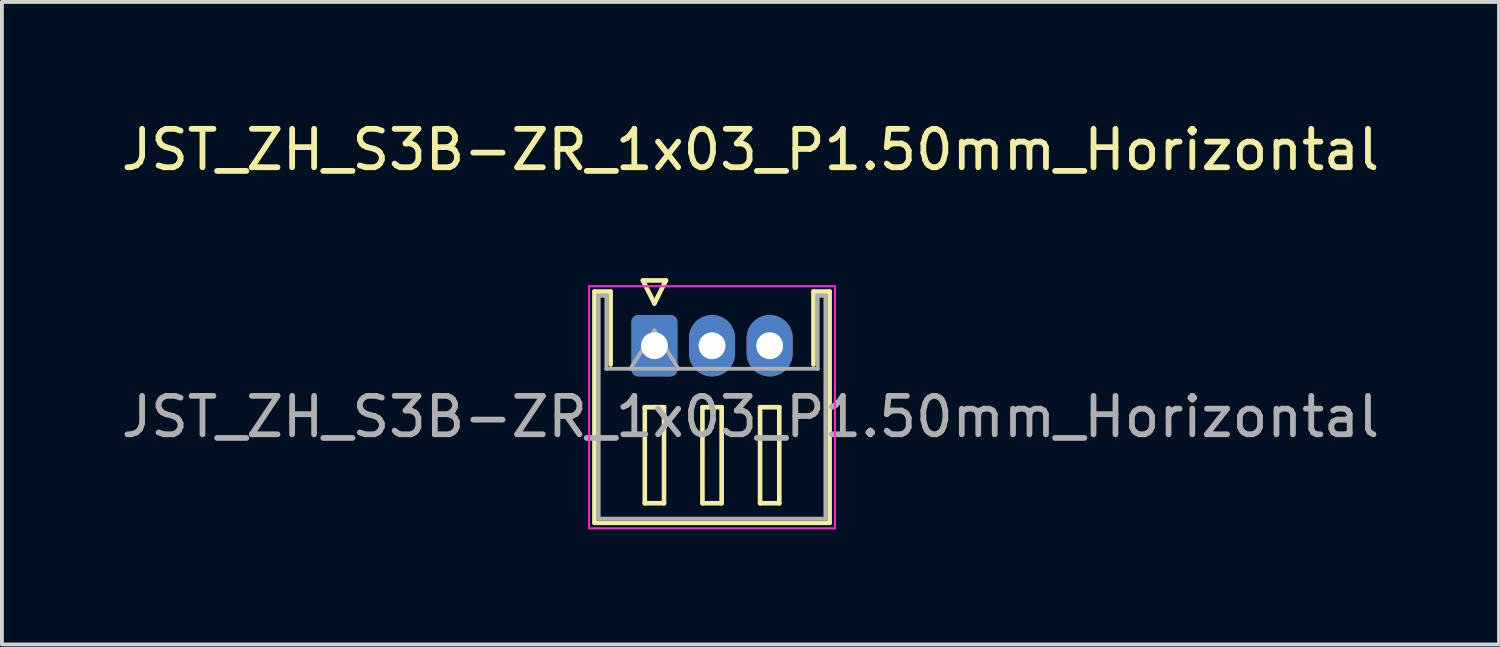
<source format=kicad_pcb>
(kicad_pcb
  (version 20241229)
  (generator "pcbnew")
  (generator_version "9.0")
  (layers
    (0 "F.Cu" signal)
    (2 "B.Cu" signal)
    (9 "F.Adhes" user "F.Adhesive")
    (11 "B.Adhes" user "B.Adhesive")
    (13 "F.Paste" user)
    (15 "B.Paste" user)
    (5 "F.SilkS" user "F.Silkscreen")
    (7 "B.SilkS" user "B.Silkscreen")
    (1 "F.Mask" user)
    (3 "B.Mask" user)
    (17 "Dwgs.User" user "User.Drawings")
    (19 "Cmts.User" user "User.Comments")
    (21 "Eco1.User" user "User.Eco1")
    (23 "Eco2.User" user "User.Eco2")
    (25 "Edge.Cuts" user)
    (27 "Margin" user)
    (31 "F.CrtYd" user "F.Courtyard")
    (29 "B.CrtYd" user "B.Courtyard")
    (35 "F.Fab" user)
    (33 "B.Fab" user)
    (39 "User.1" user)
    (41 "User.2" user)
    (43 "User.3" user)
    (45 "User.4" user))
  (footprint "JST_ZH_S3B-ZR_1x03_P1.50mm_Horizontal"
    (layer "F.Cu")
    (at 13.982 5.948)
    (property "Reference" "JST_ZH_S3B-ZR_1x03_P1.50mm_Horizontal" (at 2.5 -5.1 0) (layer "F.SilkS") (effects (font (size 1 1) (thickness 0.15))))
    (attr through_hole)
    (fp_line (start -1.56 -1.41) (end -1.14 -1.41) (stroke (width 0.12) (type solid)) (layer "F.SilkS"))
    (fp_line (start -1.56 4.61) (end -1.56 -1.41) (stroke (width 0.12) (type solid)) (layer "F.SilkS"))
    (fp_line (start -1.14 -1.41) (end -1.14 0.49) (stroke (width 0.12) (type solid)) (layer "F.SilkS"))
    (fp_line (start -0.3 -1.7) (end 0.3 -1.7) (stroke (width 0.12) (type solid)) (layer "F.SilkS"))
    (fp_line (start -0.25 1.6) (end -0.25 4.1) (stroke (width 0.12) (type solid)) (layer "F.SilkS"))
    (fp_line (start -0.25 4.1) (end 0.25 4.1) (stroke (width 0.12) (type solid)) (layer "F.SilkS"))
    (fp_line (start 0 -1.1) (end -0.3 -1.7) (stroke (width 0.12) (type solid)) (layer "F.SilkS"))
    (fp_line (start 0.25 1.6) (end -0.25 1.6) (stroke (width 0.12) (type solid)) (layer "F.SilkS"))
    (fp_line (start 0.25 4.1) (end 0.25 1.6) (stroke (width 0.12) (type solid)) (layer "F.SilkS"))
    (fp_line (start 0.3 -1.7) (end 0 -1.1) (stroke (width 0.12) (type solid)) (layer "F.SilkS"))
    (fp_line (start 1.25 1.6) (end 1.25 4.1) (stroke (width 0.12) (type solid)) (layer "F.SilkS"))
    (fp_line (start 1.25 4.1) (end 1.75 4.1) (stroke (width 0.12) (type solid)) (layer "F.SilkS"))
    (fp_line (start 1.75 1.6) (end 1.25 1.6) (stroke (width 0.12) (type solid)) (layer "F.SilkS"))
    (fp_line (start 1.75 4.1) (end 1.75 1.6) (stroke (width 0.12) (type solid)) (layer "F.SilkS"))
    (fp_line (start 2.75 1.6) (end 2.75 4.1) (stroke (width 0.12) (type solid)) (layer "F.SilkS"))
    (fp_line (start 2.75 4.1) (end 3.25 4.1) (stroke (width 0.12) (type solid)) (layer "F.SilkS"))
    (fp_line (start 3.25 1.6) (end 2.75 1.6) (stroke (width 0.12) (type solid)) (layer "F.SilkS"))
    (fp_line (start 3.25 4.1) (end 3.25 1.6) (stroke (width 0.12) (type solid)) (layer "F.SilkS"))
    (fp_line (start 4.14 -1.41) (end 4.14 0.49) (stroke (width 0.12) (type solid)) (layer "F.SilkS"))
    (fp_line (start 4.56 -1.41) (end 4.14 -1.41) (stroke (width 0.12) (type solid)) (layer "F.SilkS"))
    (fp_line (start 4.56 4.61) (end -1.56 4.61) (stroke (width 0.12) (type solid)) (layer "F.SilkS"))
    (fp_line (start 4.56 4.61) (end 4.56 -1.41) (stroke (width 0.12) (type solid)) (layer "F.SilkS"))
    (fp_line (start -1.7 -1.55) (end -1.7 4.75) (stroke (width 0.05) (type solid)) (layer "F.CrtYd"))
    (fp_line (start -1.7 4.75) (end 4.7 4.75) (stroke (width 0.05) (type solid)) (layer "F.CrtYd"))
    (fp_line (start 4.7 -1.55) (end -1.7 -1.55) (stroke (width 0.05) (type solid)) (layer "F.CrtYd"))
    (fp_line (start 4.7 4.75) (end 4.7 -1.55) (stroke (width 0.05) (type solid)) (layer "F.CrtYd"))
    (fp_line (start -1.45 -1.3) (end -1.25 -1.3) (stroke (width 0.1) (type solid)) (layer "F.Fab"))
    (fp_line (start -1.45 4.5) (end -1.45 -1.3) (stroke (width 0.1) (type solid)) (layer "F.Fab"))
    (fp_line (start -1.45 4.5) (end 4.45 4.5) (stroke (width 0.1) (type solid)) (layer "F.Fab"))
    (fp_line (start -1.25 -1.3) (end -1.25 0.6) (stroke (width 0.1) (type solid)) (layer "F.Fab"))
    (fp_line (start -1.25 0.6) (end 4.25 0.6) (stroke (width 0.1) (type solid)) (layer "F.Fab"))
    (fp_line (start -0.625 0.6) (end 0 -0.4) (stroke (width 0.1) (type solid)) (layer "F.Fab"))
    (fp_line (start 0 -0.4) (end 0.625 0.6) (stroke (width 0.1) (type solid)) (layer "F.Fab"))
    (fp_line (start 4.25 -1.3) (end 4.25 0.6) (stroke (width 0.1) (type solid)) (layer "F.Fab"))
    (fp_line (start 4.45 -1.3) (end 4.25 -1.3) (stroke (width 0.1) (type solid)) (layer "F.Fab"))
    (fp_line (start 4.45 4.5) (end 4.45 -1.3) (stroke (width 0.1) (type solid)) (layer "F.Fab"))
    (fp_text user "${REFERENCE}" (at 2.5 1.85 0) (layer "F.Fab") (effects (font (size 1 1) (thickness 0.15))))
    (pad "1" thru_hole roundrect (at 0 0) (size 1.2 1.6) (drill 0.7) (layers "*.Cu" "*.Mask") (roundrect_rratio 0.147))
    (pad "2" thru_hole oval (at 1.5 0) (size 1.2 1.6) (drill 0.7) (layers "*.Cu" "*.Mask"))
    (pad "3" thru_hole oval (at 3 0) (size 1.2 1.6) (drill 0.7) (layers "*.Cu" "*.Mask")))
  (gr_rect
    (start -3 -3)
    (end 35.964 13.723)
    (stroke (width 0.1) (type default))
    (fill no)
    (layer "Edge.Cuts")))
</source>
